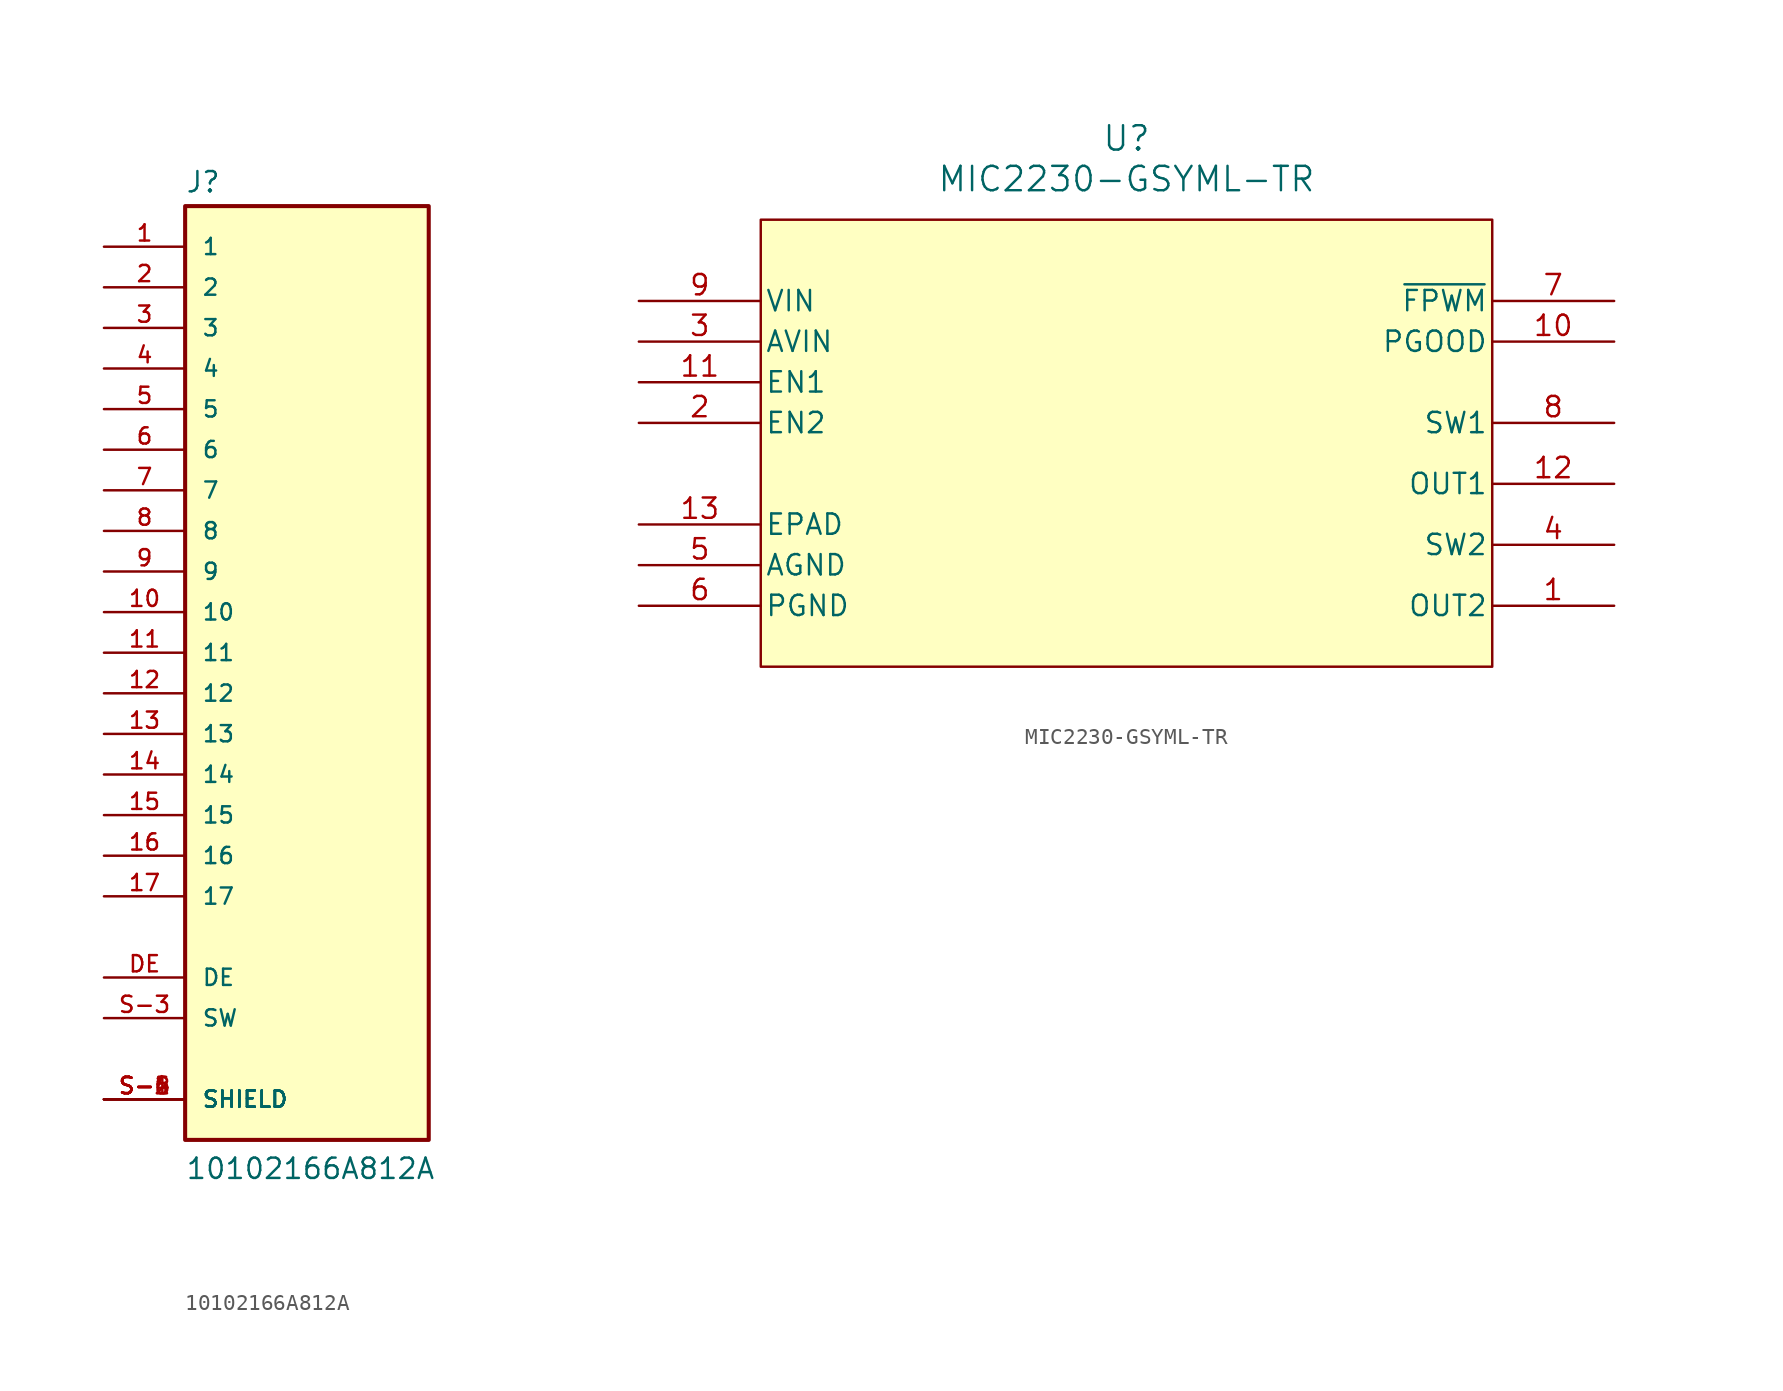
<source format=kicad_sym>
(kicad_symbol_lib
  (version 20241209)
  (generator "kicad_symbol_editor")
  (generator_version "9.0")
  (symbol "10102166A812A"
    (pin_names
      (offset 1.016))
    (property "Reference" "J"
      (at -7.62 28.702 0)
      (effects (font (size 1.27 1.27)) (justify left bottom)))
    (property "Value" "10102166A812A"
      (at -7.62 -33.02 0)
      (effects (font (size 1.27 1.27)) (justify left bottom)))
    (symbol "10102166A812A_0_0"
      (rectangle (start -7.62 -30.48) (end 7.62 27.94) (stroke (width 0.254) (type default)) (fill (type background)))
      (pin passive line (at -12.7 25.4 0) (length 5.08) (name "1" (effects (font (size 1.016 1.016)))) (number "1" (effects (font (size 1.016 1.016)))))
      (pin passive line (at -12.7 22.86 0) (length 5.08) (name "2" (effects (font (size 1.016 1.016)))) (number "2" (effects (font (size 1.016 1.016)))))
      (pin passive line (at -12.7 20.32 0) (length 5.08) (name "3" (effects (font (size 1.016 1.016)))) (number "3" (effects (font (size 1.016 1.016)))))
      (pin passive line (at -12.7 17.78 0) (length 5.08) (name "4" (effects (font (size 1.016 1.016)))) (number "4" (effects (font (size 1.016 1.016)))))
      (pin passive line (at -12.7 15.24 0) (length 5.08) (name "5" (effects (font (size 1.016 1.016)))) (number "5" (effects (font (size 1.016 1.016)))))
      (pin passive line (at -12.7 12.7 0) (length 5.08) (name "6" (effects (font (size 1.016 1.016)))) (number "6" (effects (font (size 1.016 1.016)))))
      (pin passive line (at -12.7 10.16 0) (length 5.08) (name "7" (effects (font (size 1.016 1.016)))) (number "7" (effects (font (size 1.016 1.016)))))
      (pin passive line (at -12.7 7.62 0) (length 5.08) (name "8" (effects (font (size 1.016 1.016)))) (number "8" (effects (font (size 1.016 1.016)))))
      (pin passive line (at -12.7 5.08 0) (length 5.08) (name "9" (effects (font (size 1.016 1.016)))) (number "9" (effects (font (size 1.016 1.016)))))
      (pin passive line (at -12.7 2.54 0) (length 5.08) (name "10" (effects (font (size 1.016 1.016)))) (number "10" (effects (font (size 1.016 1.016)))))
      (pin passive line (at -12.7 0 0) (length 5.08) (name "11" (effects (font (size 1.016 1.016)))) (number "11" (effects (font (size 1.016 1.016)))))
      (pin passive line (at -12.7 -2.54 0) (length 5.08) (name "12" (effects (font (size 1.016 1.016)))) (number "12" (effects (font (size 1.016 1.016)))))
      (pin passive line (at -12.7 -5.08 0) (length 5.08) (name "13" (effects (font (size 1.016 1.016)))) (number "13" (effects (font (size 1.016 1.016)))))
      (pin passive line (at -12.7 -7.62 0) (length 5.08) (name "14" (effects (font (size 1.016 1.016)))) (number "14" (effects (font (size 1.016 1.016)))))
      (pin passive line (at -12.7 -10.16 0) (length 5.08) (name "15" (effects (font (size 1.016 1.016)))) (number "15" (effects (font (size 1.016 1.016)))))
      (pin passive line (at -12.7 -12.7 0) (length 5.08) (name "16" (effects (font (size 1.016 1.016)))) (number "16" (effects (font (size 1.016 1.016)))))
      (pin passive line (at -12.7 -15.24 0) (length 5.08) (name "17" (effects (font (size 1.016 1.016)))) (number "17" (effects (font (size 1.016 1.016)))))
      (pin passive line (at -12.7 -20.32 0) (length 5.08) (name "DE" (effects (font (size 1.016 1.016)))) (number "DE" (effects (font (size 1.016 1.016)))))
      (pin passive line (at -12.7 -22.86 0) (length 5.08) (name "SW" (effects (font (size 1.016 1.016)))) (number "S-3" (effects (font (size 1.016 1.016)))))
      (pin passive line (at -12.7 -27.94 0) (length 5.08) (name "SHIELD" (effects (font (size 1.016 1.016)))) (number "S-1" (effects (font (size 1.016 1.016)))))
      (pin passive line (at -12.7 -27.94 0) (length 5.08) (name "SHIELD" (effects (font (size 1.016 1.016)))) (number "S-2" (effects (font (size 1.016 1.016)))))
      (pin passive line (at -12.7 -27.94 0) (length 5.08) (name "SHIELD" (effects (font (size 1.016 1.016)))) (number "S-4" (effects (font (size 1.016 1.016)))))
      (pin passive line (at -12.7 -27.94 0) (length 5.08) (name "SHIELD" (effects (font (size 1.016 1.016)))) (number "S-5" (effects (font (size 1.016 1.016)))))
      (pin passive line (at -12.7 -27.94 0) (length 5.08) (name "SHIELD" (effects (font (size 1.016 1.016)))) (number "S-6" (effects (font (size 1.016 1.016)))))))
  (symbol "MIC2230-GSYML-TR"
    (pin_names
      (offset 0.254))
    (property "Reference" "U"
      (at 30.48 10.16 0)
      (effects (font (size 1.524 1.524))))
    (property "Value" "MIC2230-GSYML-TR"
      (at 30.48 7.62 0)
      (effects (font (size 1.524 1.524))))
    (symbol "MIC2230-GSYML-TR_0_1"
      (pin input line (at 0 0 0) (length 7.62) (name "VIN" (effects (font (size 1.27 1.27)))) (number "9" (effects (font (size 1.27 1.27)))))
      (pin input line (at 0 -2.54 0) (length 7.62) (name "AVIN" (effects (font (size 1.27 1.27)))) (number "3" (effects (font (size 1.27 1.27)))))
      (pin input line (at 0 -5.08 0) (length 7.62) (name "EN1" (effects (font (size 1.27 1.27)))) (number "11" (effects (font (size 1.27 1.27)))))
      (pin input line (at 0 -7.62 0) (length 7.62) (name "EN2" (effects (font (size 1.27 1.27)))) (number "2" (effects (font (size 1.27 1.27)))))
      (pin power_in line (at 0 -16.51 0) (length 7.62) (name "AGND" (effects (font (size 1.27 1.27)))) (number "5" (effects (font (size 1.27 1.27)))))
      (pin power_in line (at 0 -19.05 0) (length 7.62) (name "PGND" (effects (font (size 1.27 1.27)))) (number "6" (effects (font (size 1.27 1.27)))))
      (pin output line (at 60.96 -2.54 180) (length 7.62) (name "PGOOD" (effects (font (size 1.27 1.27)))) (number "10" (effects (font (size 1.27 1.27)))))
      (pin unspecified line (at 60.96 -7.62 180) (length 7.62) (name "SW1" (effects (font (size 1.27 1.27)))) (number "8" (effects (font (size 1.27 1.27)))))
      (pin output line (at 60.96 -11.43 180) (length 7.62) (name "OUT1" (effects (font (size 1.27 1.27)))) (number "12" (effects (font (size 1.27 1.27)))))
      (pin output line (at 60.96 -19.05 180) (length 7.62) (name "OUT2" (effects (font (size 1.27 1.27)))) (number "1" (effects (font (size 1.27 1.27))))))
    (symbol "MIC2230-GSYML-TR_1_1"
      (rectangle (start 7.62 5.08) (end 53.34 -22.86) (stroke (width 0) (type solid)) (fill (type background)))
      (pin unspecified line (at 0 -13.97 0) (length 7.62) (name "EPAD" (effects (font (size 1.27 1.27)))) (number "13" (effects (font (size 1.27 1.27)))))
      (pin unspecified line (at 60.96 0 180) (length 7.62) (name "~{FPWM}" (effects (font (size 1.27 1.27)))) (number "7" (effects (font (size 1.27 1.27)))))
      (pin unspecified line (at 60.96 -15.24 180) (length 7.62) (name "SW2" (effects (font (size 1.27 1.27)))) (number "4" (effects (font (size 1.27 1.27))))))))
</source>
